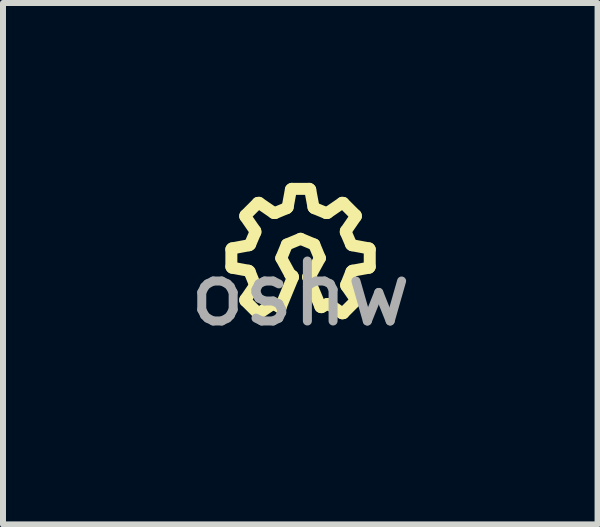
<source format=kicad_pcb>
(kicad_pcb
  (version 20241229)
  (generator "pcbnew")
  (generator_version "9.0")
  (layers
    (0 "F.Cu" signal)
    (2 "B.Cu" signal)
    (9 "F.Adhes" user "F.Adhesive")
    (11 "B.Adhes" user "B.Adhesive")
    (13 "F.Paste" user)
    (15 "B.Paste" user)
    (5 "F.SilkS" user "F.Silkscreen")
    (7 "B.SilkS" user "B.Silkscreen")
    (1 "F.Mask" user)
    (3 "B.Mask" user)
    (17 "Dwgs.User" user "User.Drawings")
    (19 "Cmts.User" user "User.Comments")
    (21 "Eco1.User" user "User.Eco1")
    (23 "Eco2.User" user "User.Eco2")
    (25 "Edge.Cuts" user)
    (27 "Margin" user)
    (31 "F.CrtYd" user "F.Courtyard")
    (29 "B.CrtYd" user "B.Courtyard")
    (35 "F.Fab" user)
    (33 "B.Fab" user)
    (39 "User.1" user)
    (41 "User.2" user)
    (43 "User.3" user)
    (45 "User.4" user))
  (footprint "oshw"
    (layer "F.Cu")
    (at 1.958 1.349)
    (property "Reference" "oshw" (at 0 0.5 0) (layer "F.Fab") (effects (font (size 1 1) (thickness 0.15))))
    (attr through_hole)
    (fp_line (start -1.149 -0.241) (end -1.149 0.051) (stroke (width 0.2) (type solid)) (layer "F.SilkS"))
    (fp_line (start -1.149 0.051) (end -1.136 0.066) (stroke (width 0.2) (type solid)) (layer "F.SilkS"))
    (fp_line (start -1.136 -0.256) (end -1.149 -0.241) (stroke (width 0.2) (type solid)) (layer "F.SilkS"))
    (fp_line (start -1.136 0.066) (end -0.86 0.117) (stroke (width 0.2) (type solid)) (layer "F.SilkS"))
    (fp_line (start -0.916 0.598) (end -0.914 0.618) (stroke (width 0.2) (type solid)) (layer "F.SilkS"))
    (fp_line (start -0.916 -0.788) (end -0.751 -0.548) (stroke (width 0.2) (type solid)) (layer "F.SilkS"))
    (fp_line (start -0.914 0.618) (end -0.708 0.824) (stroke (width 0.2) (type solid)) (layer "F.SilkS"))
    (fp_line (start -0.914 -0.808) (end -0.916 -0.788) (stroke (width 0.2) (type solid)) (layer "F.SilkS"))
    (fp_line (start -0.86 0.117) (end -0.844 0.132) (stroke (width 0.2) (type solid)) (layer "F.SilkS"))
    (fp_line (start -0.853 -0.309) (end -1.136 -0.256) (stroke (width 0.2) (type solid)) (layer "F.SilkS"))
    (fp_line (start -0.844 0.132) (end -0.757 0.348) (stroke (width 0.2) (type solid)) (layer "F.SilkS"))
    (fp_line (start -0.836 -0.323) (end -0.853 -0.309) (stroke (width 0.2) (type solid)) (layer "F.SilkS"))
    (fp_line (start -0.759 0.37) (end -0.916 0.598) (stroke (width 0.2) (type solid)) (layer "F.SilkS"))
    (fp_line (start -0.757 0.348) (end -0.759 0.37) (stroke (width 0.2) (type solid)) (layer "F.SilkS"))
    (fp_line (start -0.751 -0.548) (end -0.749 -0.526) (stroke (width 0.2) (type solid)) (layer "F.SilkS"))
    (fp_line (start -0.749 -0.526) (end -0.836 -0.323) (stroke (width 0.2) (type solid)) (layer "F.SilkS"))
    (fp_line (start -0.708 0.824) (end -0.688 0.826) (stroke (width 0.2) (type solid)) (layer "F.SilkS"))
    (fp_line (start -0.708 -1.014) (end -0.914 -0.808) (stroke (width 0.2) (type solid)) (layer "F.SilkS"))
    (fp_line (start -0.688 0.826) (end -0.463 0.672) (stroke (width 0.2) (type solid)) (layer "F.SilkS"))
    (fp_line (start -0.688 -1.016) (end -0.708 -1.014) (stroke (width 0.2) (type solid)) (layer "F.SilkS"))
    (fp_line (start -0.463 0.672) (end -0.442 0.671) (stroke (width 0.2) (type solid)) (layer "F.SilkS"))
    (fp_line (start -0.443 -0.848) (end -0.688 -1.016) (stroke (width 0.2) (type solid)) (layer "F.SilkS"))
    (fp_line (start -0.442 0.671) (end -0.343 0.724) (stroke (width 0.2) (type solid)) (layer "F.SilkS"))
    (fp_line (start -0.421 -0.846) (end -0.443 -0.848) (stroke (width 0.2) (type solid)) (layer "F.SilkS"))
    (fp_line (start -0.343 0.724) (end -0.326 0.718) (stroke (width 0.2) (type solid)) (layer "F.SilkS"))
    (fp_line (start -0.326 0.718) (end -0.122 0.224) (stroke (width 0.2) (type solid)) (layer "F.SilkS"))
    (fp_line (start -0.317 -0.093) (end -0.223 -0.321) (stroke (width 0.2) (type solid)) (layer "F.SilkS"))
    (fp_line (start -0.225 -0.927) (end -0.421 -0.846) (stroke (width 0.2) (type solid)) (layer "F.SilkS"))
    (fp_line (start -0.223 -0.321) (end 0.005 -0.416) (stroke (width 0.2) (type solid)) (layer "F.SilkS"))
    (fp_line (start -0.21 -0.943) (end -0.225 -0.927) (stroke (width 0.2) (type solid)) (layer "F.SilkS"))
    (fp_line (start -0.169 0.178) (end -0.317 -0.093) (stroke (width 0.2) (type solid)) (layer "F.SilkS"))
    (fp_line (start -0.156 -1.237) (end -0.21 -0.943) (stroke (width 0.2) (type solid)) (layer "F.SilkS"))
    (fp_line (start -0.153 0.19) (end -0.169 0.178) (stroke (width 0.2) (type solid)) (layer "F.SilkS"))
    (fp_line (start -0.141 -1.249) (end -0.156 -1.237) (stroke (width 0.2) (type solid)) (layer "F.SilkS"))
    (fp_line (start -0.128 0.206) (end -0.153 0.19) (stroke (width 0.2) (type solid)) (layer "F.SilkS"))
    (fp_line (start -0.122 0.224) (end -0.128 0.206) (stroke (width 0.2) (type solid)) (layer "F.SilkS"))
    (fp_line (start 0.005 -0.416) (end 0.233 -0.321) (stroke (width 0.2) (type solid)) (layer "F.SilkS"))
    (fp_line (start 0.132 0.224) (end 0.337 0.718) (stroke (width 0.2) (type solid)) (layer "F.SilkS"))
    (fp_line (start 0.138 0.206) (end 0.132 0.224) (stroke (width 0.2) (type solid)) (layer "F.SilkS"))
    (fp_line (start 0.151 -1.249) (end -0.141 -1.249) (stroke (width 0.2) (type solid)) (layer "F.SilkS"))
    (fp_line (start 0.163 0.19) (end 0.138 0.206) (stroke (width 0.2) (type solid)) (layer "F.SilkS"))
    (fp_line (start 0.166 -1.236) (end 0.151 -1.249) (stroke (width 0.2) (type solid)) (layer "F.SilkS"))
    (fp_line (start 0.179 0.178) (end 0.163 0.19) (stroke (width 0.2) (type solid)) (layer "F.SilkS"))
    (fp_line (start 0.221 -0.943) (end 0.166 -1.236) (stroke (width 0.2) (type solid)) (layer "F.SilkS"))
    (fp_line (start 0.233 -0.321) (end 0.328 -0.093) (stroke (width 0.2) (type solid)) (layer "F.SilkS"))
    (fp_line (start 0.235 -0.927) (end 0.221 -0.943) (stroke (width 0.2) (type solid)) (layer "F.SilkS"))
    (fp_line (start 0.328 -0.093) (end 0.179 0.178) (stroke (width 0.2) (type solid)) (layer "F.SilkS"))
    (fp_line (start 0.337 0.718) (end 0.353 0.724) (stroke (width 0.2) (type solid)) (layer "F.SilkS"))
    (fp_line (start 0.353 0.724) (end 0.452 0.671) (stroke (width 0.2) (type solid)) (layer "F.SilkS"))
    (fp_line (start 0.432 -0.846) (end 0.235 -0.927) (stroke (width 0.2) (type solid)) (layer "F.SilkS"))
    (fp_line (start 0.452 0.671) (end 0.474 0.672) (stroke (width 0.2) (type solid)) (layer "F.SilkS"))
    (fp_line (start 0.454 -0.848) (end 0.432 -0.846) (stroke (width 0.2) (type solid)) (layer "F.SilkS"))
    (fp_line (start 0.474 0.672) (end 0.699 0.826) (stroke (width 0.2) (type solid)) (layer "F.SilkS"))
    (fp_line (start 0.699 -1.016) (end 0.454 -0.848) (stroke (width 0.2) (type solid)) (layer "F.SilkS"))
    (fp_line (start 0.699 0.826) (end 0.718 0.824) (stroke (width 0.2) (type solid)) (layer "F.SilkS"))
    (fp_line (start 0.718 -1.014) (end 0.699 -1.016) (stroke (width 0.2) (type solid)) (layer "F.SilkS"))
    (fp_line (start 0.718 0.824) (end 0.924 0.618) (stroke (width 0.2) (type solid)) (layer "F.SilkS"))
    (fp_line (start 0.76 -0.526) (end 0.761 -0.548) (stroke (width 0.2) (type solid)) (layer "F.SilkS"))
    (fp_line (start 0.761 -0.548) (end 0.926 -0.788) (stroke (width 0.2) (type solid)) (layer "F.SilkS"))
    (fp_line (start 0.767 0.348) (end 0.854 0.132) (stroke (width 0.2) (type solid)) (layer "F.SilkS"))
    (fp_line (start 0.769 0.37) (end 0.767 0.348) (stroke (width 0.2) (type solid)) (layer "F.SilkS"))
    (fp_line (start 0.847 -0.323) (end 0.76 -0.526) (stroke (width 0.2) (type solid)) (layer "F.SilkS"))
    (fp_line (start 0.854 0.132) (end 0.87 0.117) (stroke (width 0.2) (type solid)) (layer "F.SilkS"))
    (fp_line (start 0.863 -0.309) (end 0.847 -0.323) (stroke (width 0.2) (type solid)) (layer "F.SilkS"))
    (fp_line (start 0.87 0.117) (end 1.147 0.066) (stroke (width 0.2) (type solid)) (layer "F.SilkS"))
    (fp_line (start 0.924 -0.808) (end 0.718 -1.014) (stroke (width 0.2) (type solid)) (layer "F.SilkS"))
    (fp_line (start 0.924 0.618) (end 0.926 0.598) (stroke (width 0.2) (type solid)) (layer "F.SilkS"))
    (fp_line (start 0.926 -0.788) (end 0.924 -0.808) (stroke (width 0.2) (type solid)) (layer "F.SilkS"))
    (fp_line (start 0.926 0.598) (end 0.769 0.37) (stroke (width 0.2) (type solid)) (layer "F.SilkS"))
    (fp_line (start 1.147 0.066) (end 1.159 0.051) (stroke (width 0.2) (type solid)) (layer "F.SilkS"))
    (fp_line (start 1.147 -0.256) (end 0.863 -0.309) (stroke (width 0.2) (type solid)) (layer "F.SilkS"))
    (fp_line (start 1.159 0.051) (end 1.159 -0.241) (stroke (width 0.2) (type solid)) (layer "F.SilkS"))
    (fp_line (start 1.159 -0.241) (end 1.147 -0.256) (stroke (width 0.2) (type solid)) (layer "F.SilkS")))
  (gr_rect
    (start -3 -3)
    (end 6.917 5.697)
    (stroke (width 0.1) (type default))
    (fill no)
    (layer "Edge.Cuts")))
</source>
